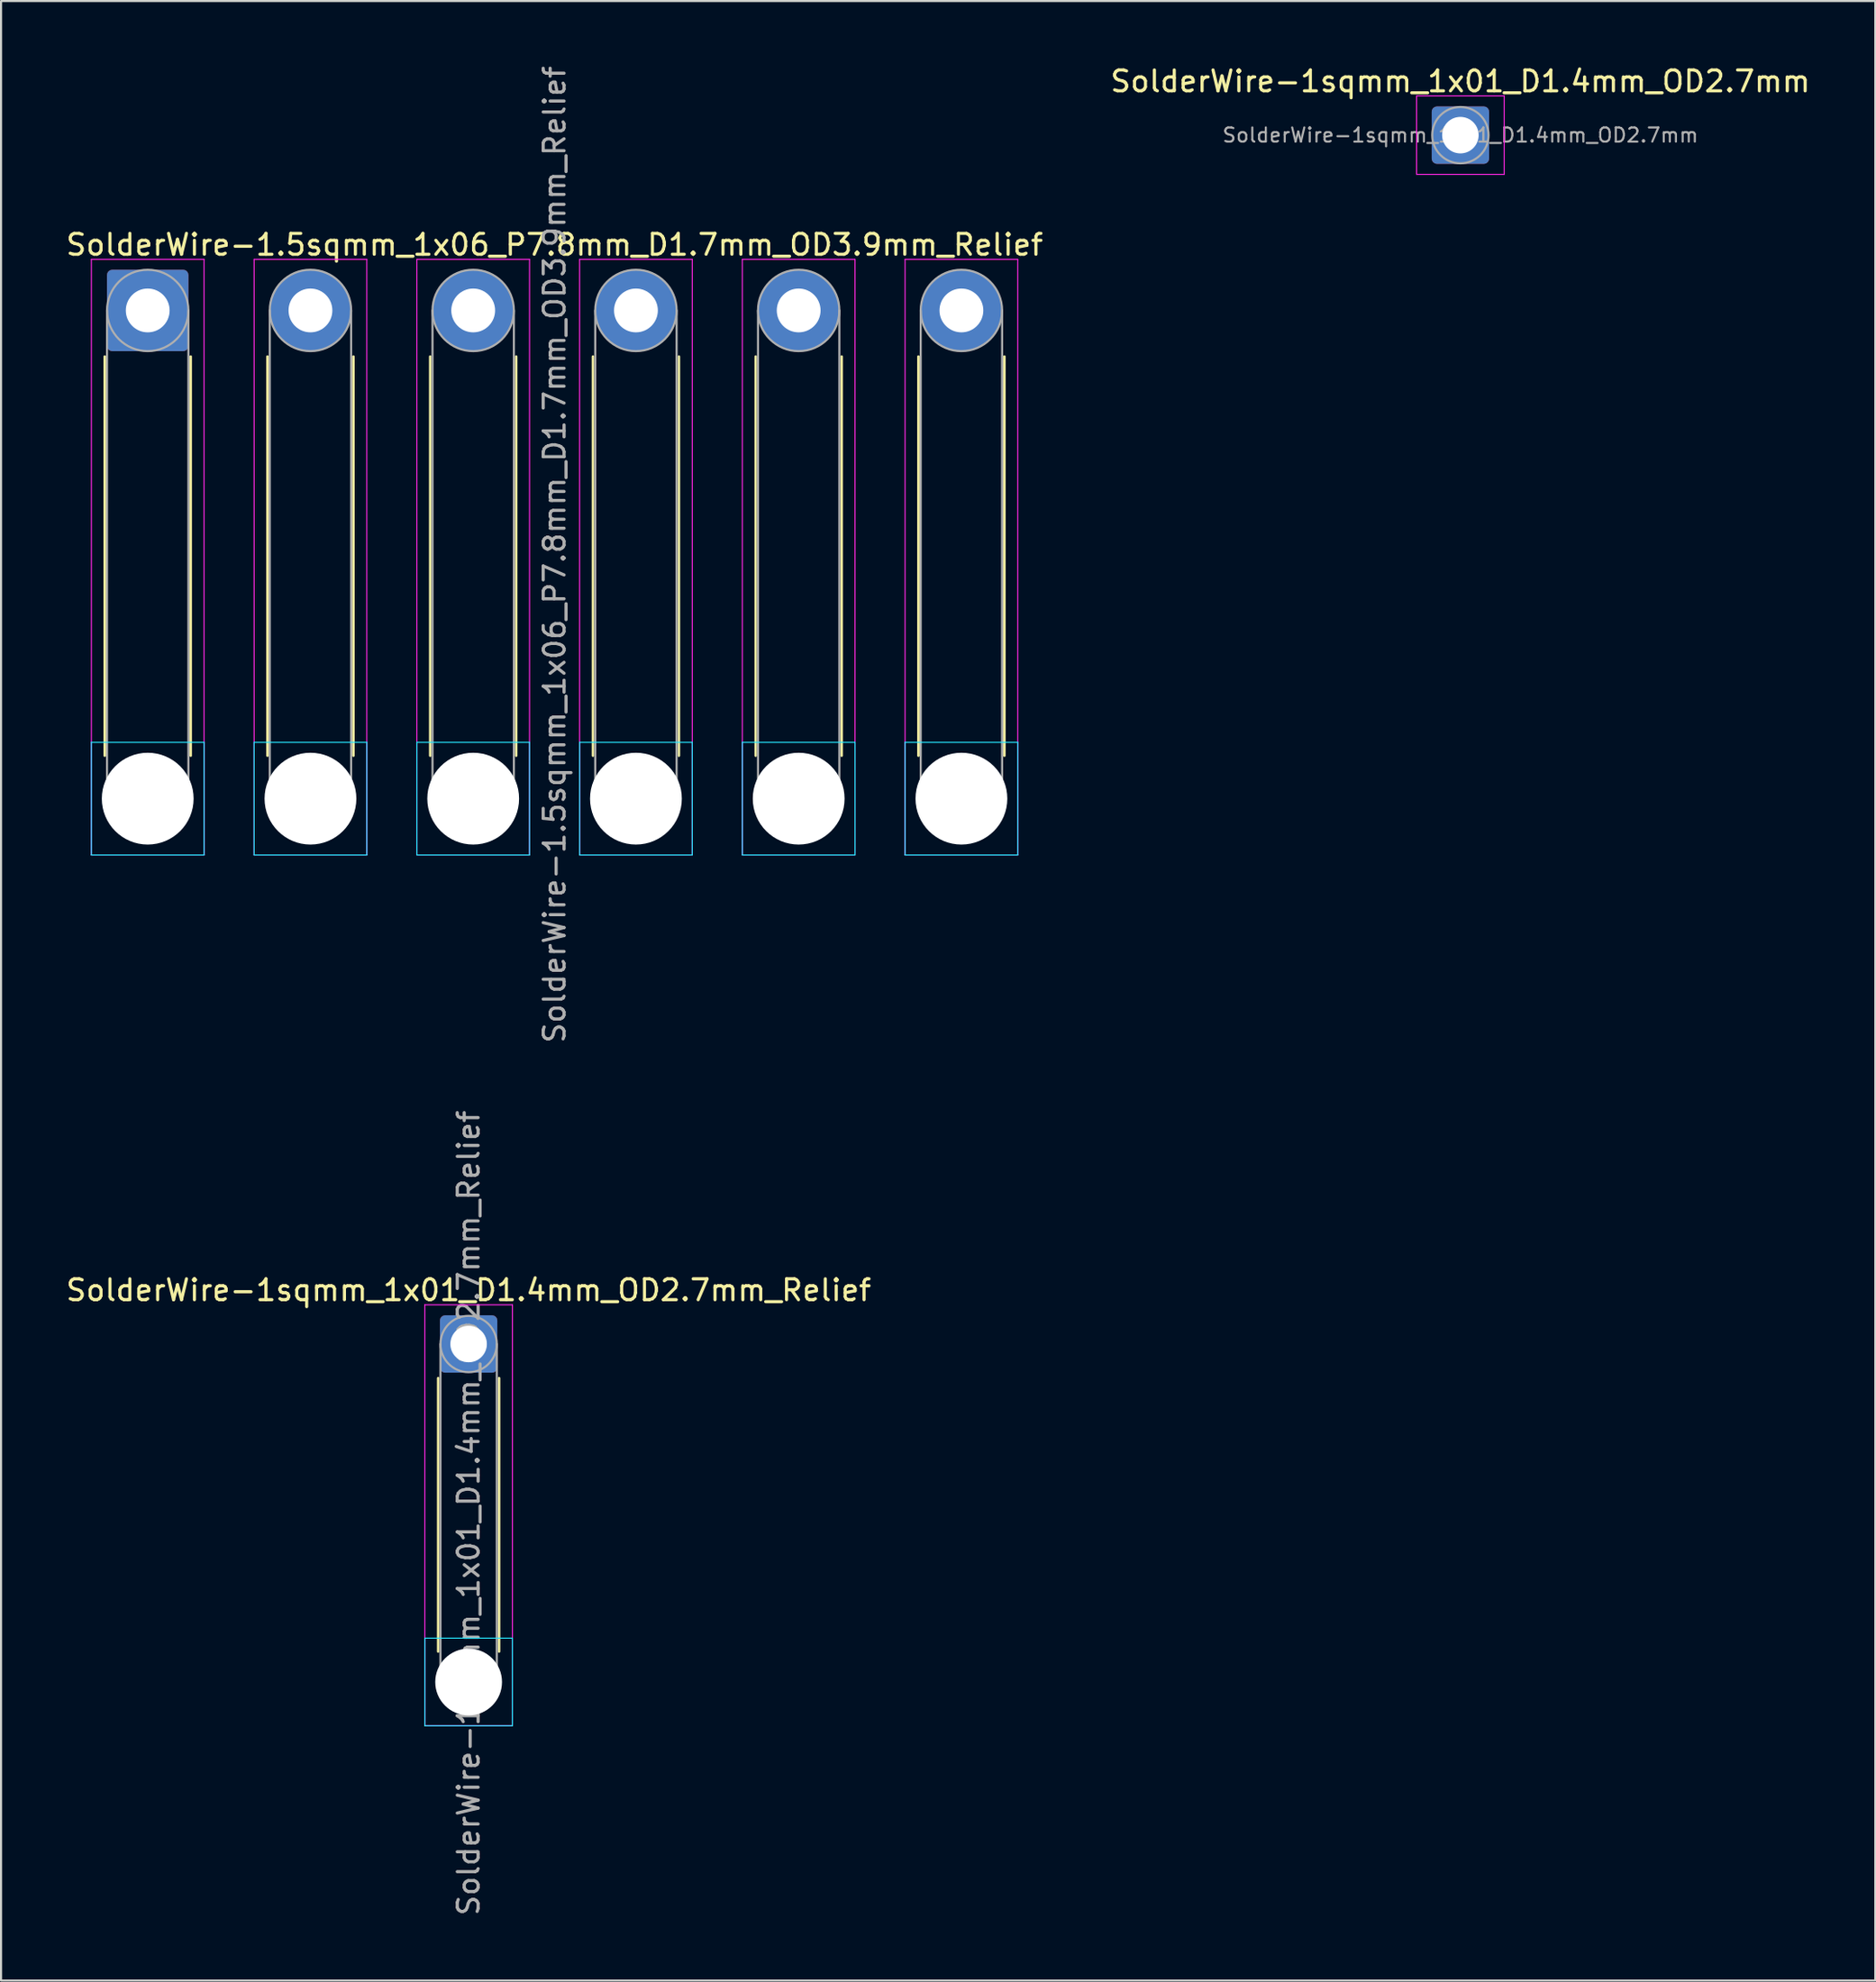
<source format=kicad_pcb>
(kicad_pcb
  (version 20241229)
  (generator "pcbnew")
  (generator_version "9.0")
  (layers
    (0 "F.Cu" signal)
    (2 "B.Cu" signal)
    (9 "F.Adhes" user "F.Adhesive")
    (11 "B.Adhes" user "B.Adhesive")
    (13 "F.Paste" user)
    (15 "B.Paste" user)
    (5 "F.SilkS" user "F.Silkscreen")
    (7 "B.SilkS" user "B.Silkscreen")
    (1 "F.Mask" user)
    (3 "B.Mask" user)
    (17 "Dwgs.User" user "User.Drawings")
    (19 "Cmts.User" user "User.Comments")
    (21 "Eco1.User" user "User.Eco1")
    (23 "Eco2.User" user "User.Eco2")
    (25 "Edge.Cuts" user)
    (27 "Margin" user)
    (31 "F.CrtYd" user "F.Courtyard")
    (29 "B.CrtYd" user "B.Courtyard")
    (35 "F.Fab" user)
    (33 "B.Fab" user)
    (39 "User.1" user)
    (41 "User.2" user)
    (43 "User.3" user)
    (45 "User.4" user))
  (footprint "SolderWire-1.5sqmm_1x06_P7.8mm_D1.7mm_OD3.9mm_Relief"
    (layer "F.Cu")
    (at 4.03 11.83)
    (property "Reference" "SolderWire-1.5sqmm_1x06_P7.8mm_D1.7mm_OD3.9mm_Relief" (at 19.5 -3.15 0) (layer "F.SilkS") (effects (font (size 1 1) (thickness 0.15))))
    (attr exclude_from_pos_files exclude_from_bom)
    (fp_line (start -2.06 2.21) (end -2.06 21.34) (stroke (width 0.12) (type solid)) (layer "F.SilkS"))
    (fp_line (start 2.06 2.21) (end 2.06 21.34) (stroke (width 0.12) (type solid)) (layer "F.SilkS"))
    (fp_line (start 5.74 2.21) (end 5.74 21.34) (stroke (width 0.12) (type solid)) (layer "F.SilkS"))
    (fp_line (start 9.86 2.21) (end 9.86 21.34) (stroke (width 0.12) (type solid)) (layer "F.SilkS"))
    (fp_line (start 13.54 2.21) (end 13.54 21.34) (stroke (width 0.12) (type solid)) (layer "F.SilkS"))
    (fp_line (start 17.66 2.21) (end 17.66 21.34) (stroke (width 0.12) (type solid)) (layer "F.SilkS"))
    (fp_line (start 21.34 2.21) (end 21.34 21.34) (stroke (width 0.12) (type solid)) (layer "F.SilkS"))
    (fp_line (start 25.46 2.21) (end 25.46 21.34) (stroke (width 0.12) (type solid)) (layer "F.SilkS"))
    (fp_line (start 29.14 2.21) (end 29.14 21.34) (stroke (width 0.12) (type solid)) (layer "F.SilkS"))
    (fp_line (start 33.26 2.21) (end 33.26 21.34) (stroke (width 0.12) (type solid)) (layer "F.SilkS"))
    (fp_line (start 36.94 2.21) (end 36.94 21.34) (stroke (width 0.12) (type solid)) (layer "F.SilkS"))
    (fp_line (start 41.06 2.21) (end 41.06 21.34) (stroke (width 0.12) (type solid)) (layer "F.SilkS"))
    (fp_line (start -2.7 20.7) (end -2.7 26.1) (stroke (width 0.05) (type solid)) (layer "B.CrtYd"))
    (fp_line (start -2.7 26.1) (end 2.7 26.1) (stroke (width 0.05) (type solid)) (layer "B.CrtYd"))
    (fp_line (start 2.7 20.7) (end -2.7 20.7) (stroke (width 0.05) (type solid)) (layer "B.CrtYd"))
    (fp_line (start 2.7 26.1) (end 2.7 20.7) (stroke (width 0.05) (type solid)) (layer "B.CrtYd"))
    (fp_line (start 5.1 20.7) (end 5.1 26.1) (stroke (width 0.05) (type solid)) (layer "B.CrtYd"))
    (fp_line (start 5.1 26.1) (end 10.5 26.1) (stroke (width 0.05) (type solid)) (layer "B.CrtYd"))
    (fp_line (start 10.5 20.7) (end 5.1 20.7) (stroke (width 0.05) (type solid)) (layer "B.CrtYd"))
    (fp_line (start 10.5 26.1) (end 10.5 20.7) (stroke (width 0.05) (type solid)) (layer "B.CrtYd"))
    (fp_line (start 12.9 20.7) (end 12.9 26.1) (stroke (width 0.05) (type solid)) (layer "B.CrtYd"))
    (fp_line (start 12.9 26.1) (end 18.3 26.1) (stroke (width 0.05) (type solid)) (layer "B.CrtYd"))
    (fp_line (start 18.3 20.7) (end 12.9 20.7) (stroke (width 0.05) (type solid)) (layer "B.CrtYd"))
    (fp_line (start 18.3 26.1) (end 18.3 20.7) (stroke (width 0.05) (type solid)) (layer "B.CrtYd"))
    (fp_line (start 20.7 20.7) (end 20.7 26.1) (stroke (width 0.05) (type solid)) (layer "B.CrtYd"))
    (fp_line (start 20.7 26.1) (end 26.1 26.1) (stroke (width 0.05) (type solid)) (layer "B.CrtYd"))
    (fp_line (start 26.1 20.7) (end 20.7 20.7) (stroke (width 0.05) (type solid)) (layer "B.CrtYd"))
    (fp_line (start 26.1 26.1) (end 26.1 20.7) (stroke (width 0.05) (type solid)) (layer "B.CrtYd"))
    (fp_line (start 28.5 20.7) (end 28.5 26.1) (stroke (width 0.05) (type solid)) (layer "B.CrtYd"))
    (fp_line (start 28.5 26.1) (end 33.9 26.1) (stroke (width 0.05) (type solid)) (layer "B.CrtYd"))
    (fp_line (start 33.9 20.7) (end 28.5 20.7) (stroke (width 0.05) (type solid)) (layer "B.CrtYd"))
    (fp_line (start 33.9 26.1) (end 33.9 20.7) (stroke (width 0.05) (type solid)) (layer "B.CrtYd"))
    (fp_line (start 36.3 20.7) (end 36.3 26.1) (stroke (width 0.05) (type solid)) (layer "B.CrtYd"))
    (fp_line (start 36.3 26.1) (end 41.7 26.1) (stroke (width 0.05) (type solid)) (layer "B.CrtYd"))
    (fp_line (start 41.7 20.7) (end 36.3 20.7) (stroke (width 0.05) (type solid)) (layer "B.CrtYd"))
    (fp_line (start 41.7 26.1) (end 41.7 20.7) (stroke (width 0.05) (type solid)) (layer "B.CrtYd"))
    (fp_line (start -2.7 -2.45) (end -2.7 26.1) (stroke (width 0.05) (type solid)) (layer "F.CrtYd"))
    (fp_line (start -2.7 26.1) (end 2.7 26.1) (stroke (width 0.05) (type solid)) (layer "F.CrtYd"))
    (fp_line (start 2.7 -2.45) (end -2.7 -2.45) (stroke (width 0.05) (type solid)) (layer "F.CrtYd"))
    (fp_line (start 2.7 26.1) (end 2.7 -2.45) (stroke (width 0.05) (type solid)) (layer "F.CrtYd"))
    (fp_line (start 5.1 -2.45) (end 5.1 26.1) (stroke (width 0.05) (type solid)) (layer "F.CrtYd"))
    (fp_line (start 5.1 26.1) (end 10.5 26.1) (stroke (width 0.05) (type solid)) (layer "F.CrtYd"))
    (fp_line (start 10.5 -2.45) (end 5.1 -2.45) (stroke (width 0.05) (type solid)) (layer "F.CrtYd"))
    (fp_line (start 10.5 26.1) (end 10.5 -2.45) (stroke (width 0.05) (type solid)) (layer "F.CrtYd"))
    (fp_line (start 12.9 -2.45) (end 12.9 26.1) (stroke (width 0.05) (type solid)) (layer "F.CrtYd"))
    (fp_line (start 12.9 26.1) (end 18.3 26.1) (stroke (width 0.05) (type solid)) (layer "F.CrtYd"))
    (fp_line (start 18.3 -2.45) (end 12.9 -2.45) (stroke (width 0.05) (type solid)) (layer "F.CrtYd"))
    (fp_line (start 18.3 26.1) (end 18.3 -2.45) (stroke (width 0.05) (type solid)) (layer "F.CrtYd"))
    (fp_line (start 20.7 -2.45) (end 20.7 26.1) (stroke (width 0.05) (type solid)) (layer "F.CrtYd"))
    (fp_line (start 20.7 26.1) (end 26.1 26.1) (stroke (width 0.05) (type solid)) (layer "F.CrtYd"))
    (fp_line (start 26.1 -2.45) (end 20.7 -2.45) (stroke (width 0.05) (type solid)) (layer "F.CrtYd"))
    (fp_line (start 26.1 26.1) (end 26.1 -2.45) (stroke (width 0.05) (type solid)) (layer "F.CrtYd"))
    (fp_line (start 28.5 -2.45) (end 28.5 26.1) (stroke (width 0.05) (type solid)) (layer "F.CrtYd"))
    (fp_line (start 28.5 26.1) (end 33.9 26.1) (stroke (width 0.05) (type solid)) (layer "F.CrtYd"))
    (fp_line (start 33.9 -2.45) (end 28.5 -2.45) (stroke (width 0.05) (type solid)) (layer "F.CrtYd"))
    (fp_line (start 33.9 26.1) (end 33.9 -2.45) (stroke (width 0.05) (type solid)) (layer "F.CrtYd"))
    (fp_line (start 36.3 -2.45) (end 36.3 26.1) (stroke (width 0.05) (type solid)) (layer "F.CrtYd"))
    (fp_line (start 36.3 26.1) (end 41.7 26.1) (stroke (width 0.05) (type solid)) (layer "F.CrtYd"))
    (fp_line (start 41.7 -2.45) (end 36.3 -2.45) (stroke (width 0.05) (type solid)) (layer "F.CrtYd"))
    (fp_line (start 41.7 26.1) (end 41.7 -2.45) (stroke (width 0.05) (type solid)) (layer "F.CrtYd"))
    (fp_line (start -1.95 0) (end -1.95 23.4) (stroke (width 0.1) (type solid)) (layer "F.Fab"))
    (fp_line (start 1.95 0) (end 1.95 23.4) (stroke (width 0.1) (type solid)) (layer "F.Fab"))
    (fp_line (start 5.85 0) (end 5.85 23.4) (stroke (width 0.1) (type solid)) (layer "F.Fab"))
    (fp_line (start 9.75 0) (end 9.75 23.4) (stroke (width 0.1) (type solid)) (layer "F.Fab"))
    (fp_line (start 13.65 0) (end 13.65 23.4) (stroke (width 0.1) (type solid)) (layer "F.Fab"))
    (fp_line (start 17.55 0) (end 17.55 23.4) (stroke (width 0.1) (type solid)) (layer "F.Fab"))
    (fp_line (start 21.45 0) (end 21.45 23.4) (stroke (width 0.1) (type solid)) (layer "F.Fab"))
    (fp_line (start 25.35 0) (end 25.35 23.4) (stroke (width 0.1) (type solid)) (layer "F.Fab"))
    (fp_line (start 29.25 0) (end 29.25 23.4) (stroke (width 0.1) (type solid)) (layer "F.Fab"))
    (fp_line (start 33.15 0) (end 33.15 23.4) (stroke (width 0.1) (type solid)) (layer "F.Fab"))
    (fp_line (start 37.05 0) (end 37.05 23.4) (stroke (width 0.1) (type solid)) (layer "F.Fab"))
    (fp_line (start 40.95 0) (end 40.95 23.4) (stroke (width 0.1) (type solid)) (layer "F.Fab"))
    (fp_circle (center 0 0) (end 1.95 0) (stroke (width 0.1) (type solid)) (fill no) (layer "F.Fab"))
    (fp_circle (center 0 23.4) (end 1.95 23.4) (stroke (width 0.1) (type solid)) (fill no) (layer "F.Fab"))
    (fp_circle (center 7.8 0) (end 9.75 0) (stroke (width 0.1) (type solid)) (fill no) (layer "F.Fab"))
    (fp_circle (center 7.8 23.4) (end 9.75 23.4) (stroke (width 0.1) (type solid)) (fill no) (layer "F.Fab"))
    (fp_circle (center 15.6 0) (end 17.55 0) (stroke (width 0.1) (type solid)) (fill no) (layer "F.Fab"))
    (fp_circle (center 15.6 23.4) (end 17.55 23.4) (stroke (width 0.1) (type solid)) (fill no) (layer "F.Fab"))
    (fp_circle (center 23.4 0) (end 25.35 0) (stroke (width 0.1) (type solid)) (fill no) (layer "F.Fab"))
    (fp_circle (center 23.4 23.4) (end 25.35 23.4) (stroke (width 0.1) (type solid)) (fill no) (layer "F.Fab"))
    (fp_circle (center 31.2 0) (end 33.15 0) (stroke (width 0.1) (type solid)) (fill no) (layer "F.Fab"))
    (fp_circle (center 31.2 23.4) (end 33.15 23.4) (stroke (width 0.1) (type solid)) (fill no) (layer "F.Fab"))
    (fp_circle (center 39 0) (end 40.95 0) (stroke (width 0.1) (type solid)) (fill no) (layer "F.Fab"))
    (fp_circle (center 39 23.4) (end 40.95 23.4) (stroke (width 0.1) (type solid)) (fill no) (layer "F.Fab"))
    (fp_text user "${REFERENCE}" (at 19.5 11.7 90) (layer "F.Fab") (effects (font (size 1 1) (thickness 0.15))))
    (pad "" np_thru_hole circle (at 0 23.4) (size 4.4 4.4) (drill 4.4) (layers "*.Cu" "*.Mask"))
    (pad "" np_thru_hole circle (at 7.8 23.4) (size 4.4 4.4) (drill 4.4) (layers "*.Cu" "*.Mask"))
    (pad "" np_thru_hole circle (at 15.6 23.4) (size 4.4 4.4) (drill 4.4) (layers "*.Cu" "*.Mask"))
    (pad "" np_thru_hole circle (at 23.4 23.4) (size 4.4 4.4) (drill 4.4) (layers "*.Cu" "*.Mask"))
    (pad "" np_thru_hole circle (at 31.2 23.4) (size 4.4 4.4) (drill 4.4) (layers "*.Cu" "*.Mask"))
    (pad "" np_thru_hole circle (at 39 23.4) (size 4.4 4.4) (drill 4.4) (layers "*.Cu" "*.Mask"))
    (pad "1" thru_hole roundrect (at 0 0) (size 3.9 3.9) (drill 2.1) (layers "*.Cu" "*.Mask") (roundrect_rratio 0.064))
    (pad "2" thru_hole circle (at 7.8 0) (size 3.9 3.9) (drill 2.1) (layers "*.Cu" "*.Mask"))
    (pad "3" thru_hole circle (at 15.6 0) (size 3.9 3.9) (drill 2.1) (layers "*.Cu" "*.Mask"))
    (pad "4" thru_hole circle (at 23.4 0) (size 3.9 3.9) (drill 2.1) (layers "*.Cu" "*.Mask"))
    (pad "5" thru_hole circle (at 31.2 0) (size 3.9 3.9) (drill 2.1) (layers "*.Cu" "*.Mask"))
    (pad "6" thru_hole circle (at 39 0) (size 3.9 3.9) (drill 2.1) (layers "*.Cu" "*.Mask")))
  (footprint "SolderWire-1sqmm_1x01_D1.4mm_OD2.7mm"
    (layer "F.Cu")
    (at 66.946 3.428)
    (property "Reference" "SolderWire-1sqmm_1x01_D1.4mm_OD2.7mm" (at 0 -2.58 0) (layer "F.SilkS") (effects (font (size 1 1) (thickness 0.15))))
    (attr exclude_from_pos_files exclude_from_bom)
    (fp_line (start -2.1 -1.88) (end -2.1 1.88) (stroke (width 0.05) (type solid)) (layer "F.CrtYd"))
    (fp_line (start -2.1 1.88) (end 2.1 1.88) (stroke (width 0.05) (type solid)) (layer "F.CrtYd"))
    (fp_line (start 2.1 -1.88) (end -2.1 -1.88) (stroke (width 0.05) (type solid)) (layer "F.CrtYd"))
    (fp_line (start 2.1 1.88) (end 2.1 -1.88) (stroke (width 0.05) (type solid)) (layer "F.CrtYd"))
    (fp_circle (center 0 0) (end 1.35 0) (stroke (width 0.1) (type solid)) (fill no) (layer "F.Fab"))
    (fp_text user "${REFERENCE}" (at 0 0 0) (layer "F.Fab") (effects (font (size 0.68 0.68) (thickness 0.1))))
    (pad "1" thru_hole roundrect (at 0 0) (size 2.75 2.75) (drill 1.75) (layers "*.Cu" "*.Mask") (roundrect_rratio 0.091)))
  (footprint "SolderWire-1sqmm_1x01_D1.4mm_OD2.7mm_Relief"
    (layer "F.Cu")
    (at 19.411 61.37)
    (property "Reference" "SolderWire-1sqmm_1x01_D1.4mm_OD2.7mm_Relief" (at 0 -2.58 0) (layer "F.SilkS") (effects (font (size 1 1) (thickness 0.15))))
    (attr exclude_from_pos_files exclude_from_bom)
    (fp_line (start -1.46 1.635) (end -1.46 14.74) (stroke (width 0.12) (type solid)) (layer "F.SilkS"))
    (fp_line (start 1.46 1.635) (end 1.46 14.74) (stroke (width 0.12) (type solid)) (layer "F.SilkS"))
    (fp_line (start -2.1 14.1) (end -2.1 18.3) (stroke (width 0.05) (type solid)) (layer "B.CrtYd"))
    (fp_line (start -2.1 18.3) (end 2.1 18.3) (stroke (width 0.05) (type solid)) (layer "B.CrtYd"))
    (fp_line (start 2.1 14.1) (end -2.1 14.1) (stroke (width 0.05) (type solid)) (layer "B.CrtYd"))
    (fp_line (start 2.1 18.3) (end 2.1 14.1) (stroke (width 0.05) (type solid)) (layer "B.CrtYd"))
    (fp_line (start -2.1 -1.88) (end -2.1 18.3) (stroke (width 0.05) (type solid)) (layer "F.CrtYd"))
    (fp_line (start -2.1 18.3) (end 2.1 18.3) (stroke (width 0.05) (type solid)) (layer "F.CrtYd"))
    (fp_line (start 2.1 -1.88) (end -2.1 -1.88) (stroke (width 0.05) (type solid)) (layer "F.CrtYd"))
    (fp_line (start 2.1 18.3) (end 2.1 -1.88) (stroke (width 0.05) (type solid)) (layer "F.CrtYd"))
    (fp_line (start -1.35 0) (end -1.35 16.2) (stroke (width 0.1) (type solid)) (layer "F.Fab"))
    (fp_line (start 1.35 0) (end 1.35 16.2) (stroke (width 0.1) (type solid)) (layer "F.Fab"))
    (fp_circle (center 0 0) (end 1.35 0) (stroke (width 0.1) (type solid)) (fill no) (layer "F.Fab"))
    (fp_circle (center 0 16.2) (end 1.35 16.2) (stroke (width 0.1) (type solid)) (fill no) (layer "F.Fab"))
    (fp_text user "${REFERENCE}" (at 0 8.1 90) (layer "F.Fab") (effects (font (size 1 1) (thickness 0.15))))
    (pad "" np_thru_hole circle (at 0 16.2) (size 3.2 3.2) (drill 3.2) (layers "*.Cu" "*.Mask"))
    (pad "1" thru_hole roundrect (at 0 0) (size 2.75 2.75) (drill 1.75) (layers "*.Cu" "*.Mask") (roundrect_rratio 0.091)))
  (gr_rect
    (start -3 -3)
    (end 86.833 91.881)
    (stroke (width 0.1) (type default))
    (fill no)
    (layer "Edge.Cuts")))
</source>
